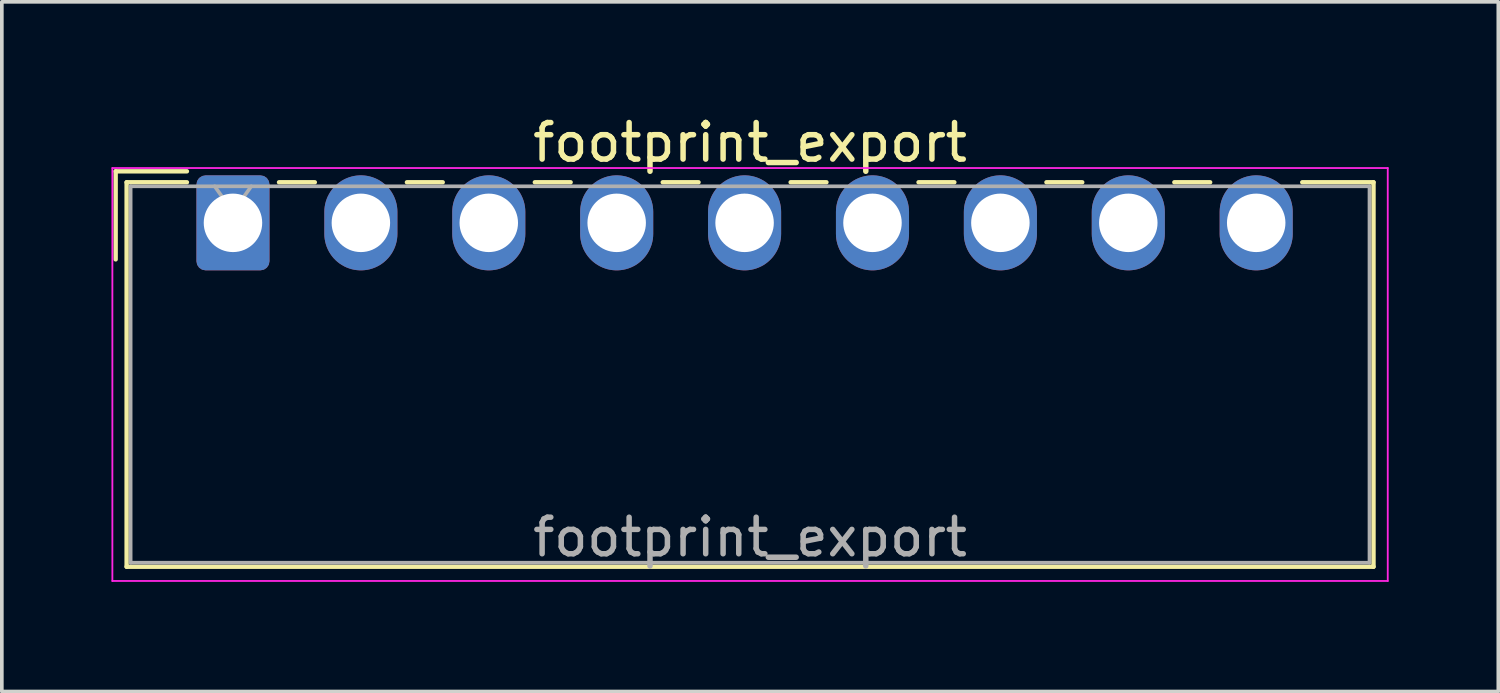
<source format=kicad_pcb>
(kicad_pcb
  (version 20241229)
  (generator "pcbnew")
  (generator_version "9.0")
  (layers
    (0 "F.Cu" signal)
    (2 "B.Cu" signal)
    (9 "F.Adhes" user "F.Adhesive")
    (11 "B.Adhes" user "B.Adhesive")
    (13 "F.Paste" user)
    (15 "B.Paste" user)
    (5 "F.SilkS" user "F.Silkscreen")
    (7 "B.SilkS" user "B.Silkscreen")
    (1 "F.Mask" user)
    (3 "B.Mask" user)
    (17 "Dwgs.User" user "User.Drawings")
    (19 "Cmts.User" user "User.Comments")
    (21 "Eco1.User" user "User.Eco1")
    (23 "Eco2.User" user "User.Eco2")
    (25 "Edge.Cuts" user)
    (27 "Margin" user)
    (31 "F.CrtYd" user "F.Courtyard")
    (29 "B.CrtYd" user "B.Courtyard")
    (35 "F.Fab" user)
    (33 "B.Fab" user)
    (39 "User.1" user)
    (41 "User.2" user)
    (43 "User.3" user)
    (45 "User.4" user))
  (footprint "footprint_export"
    (layer "F.Cu")
    (at 3.325 3.048)
    (property "Reference" "footprint_export" (at 14.15 -2.2 0) (layer "F.SilkS") (effects (font (size 1 1) (thickness 0.15))))
    (attr through_hole)
    (fp_line (start -3.21 -1.41) (end -1.26 -1.41) (stroke (width 0.12) (type solid)) (layer "F.SilkS"))
    (fp_line (start -3.21 1) (end -3.21 -1.41) (stroke (width 0.12) (type solid)) (layer "F.SilkS"))
    (fp_line (start -2.91 -1.11) (end -2.91 9.41) (stroke (width 0.12) (type solid)) (layer "F.SilkS"))
    (fp_line (start -2.91 9.41) (end 31.21 9.41) (stroke (width 0.12) (type solid)) (layer "F.SilkS"))
    (fp_line (start -1.26 -1.11) (end -2.91 -1.11) (stroke (width 0.12) (type solid)) (layer "F.SilkS"))
    (fp_line (start 1.26 -1.11) (end 2.24 -1.11) (stroke (width 0.12) (type solid)) (layer "F.SilkS"))
    (fp_line (start 4.76 -1.11) (end 5.74 -1.11) (stroke (width 0.12) (type solid)) (layer "F.SilkS"))
    (fp_line (start 8.26 -1.11) (end 9.24 -1.11) (stroke (width 0.12) (type solid)) (layer "F.SilkS"))
    (fp_line (start 11.76 -1.11) (end 12.74 -1.11) (stroke (width 0.12) (type solid)) (layer "F.SilkS"))
    (fp_line (start 15.26 -1.11) (end 16.24 -1.11) (stroke (width 0.12) (type solid)) (layer "F.SilkS"))
    (fp_line (start 18.76 -1.11) (end 19.74 -1.11) (stroke (width 0.12) (type solid)) (layer "F.SilkS"))
    (fp_line (start 22.26 -1.11) (end 23.24 -1.11) (stroke (width 0.12) (type solid)) (layer "F.SilkS"))
    (fp_line (start 25.76 -1.11) (end 26.74 -1.11) (stroke (width 0.12) (type solid)) (layer "F.SilkS"))
    (fp_line (start 31.21 -1.11) (end 29.26 -1.11) (stroke (width 0.12) (type solid)) (layer "F.SilkS"))
    (fp_line (start 31.21 9.41) (end 31.21 -1.11) (stroke (width 0.12) (type solid)) (layer "F.SilkS"))
    (fp_line (start -3.3 -1.5) (end -3.3 9.8) (stroke (width 0.05) (type solid)) (layer "F.CrtYd"))
    (fp_line (start -3.3 9.8) (end 31.6 9.8) (stroke (width 0.05) (type solid)) (layer "F.CrtYd"))
    (fp_line (start 31.6 -1.5) (end -3.3 -1.5) (stroke (width 0.05) (type solid)) (layer "F.CrtYd"))
    (fp_line (start 31.6 9.8) (end 31.6 -1.5) (stroke (width 0.05) (type solid)) (layer "F.CrtYd"))
    (fp_line (start -2.8 -1) (end -2.8 9.3) (stroke (width 0.1) (type solid)) (layer "F.Fab"))
    (fp_line (start -2.8 9.3) (end 31.1 9.3) (stroke (width 0.1) (type solid)) (layer "F.Fab"))
    (fp_line (start -0.5 -1) (end 0 -0.293) (stroke (width 0.1) (type solid)) (layer "F.Fab"))
    (fp_line (start 0 -0.293) (end 0.5 -1) (stroke (width 0.1) (type solid)) (layer "F.Fab"))
    (fp_line (start 31.1 -1) (end -2.8 -1) (stroke (width 0.1) (type solid)) (layer "F.Fab"))
    (fp_line (start 31.1 9.3) (end 31.1 -1) (stroke (width 0.1) (type solid)) (layer "F.Fab"))
    (fp_text user "${REFERENCE}" (at 14.15 8.6 0) (layer "F.Fab") (effects (font (size 1 1) (thickness 0.15))))
    (pad "1" thru_hole roundrect (at 0 0) (size 2 2.6) (drill 1.6) (layers "*.Cu" "*.Mask") (roundrect_rratio 0.125))
    (pad "2" thru_hole oval (at 3.5 0) (size 2 2.6) (drill 1.6) (layers "*.Cu" "*.Mask"))
    (pad "3" thru_hole oval (at 7 0) (size 2 2.6) (drill 1.6) (layers "*.Cu" "*.Mask"))
    (pad "4" thru_hole oval (at 10.5 0) (size 2 2.6) (drill 1.6) (layers "*.Cu" "*.Mask"))
    (pad "5" thru_hole oval (at 14 0) (size 2 2.6) (drill 1.6) (layers "*.Cu" "*.Mask"))
    (pad "6" thru_hole oval (at 17.5 0) (size 2 2.6) (drill 1.6) (layers "*.Cu" "*.Mask"))
    (pad "7" thru_hole oval (at 21 0) (size 2 2.6) (drill 1.6) (layers "*.Cu" "*.Mask"))
    (pad "8" thru_hole oval (at 24.5 0) (size 2 2.6) (drill 1.6) (layers "*.Cu" "*.Mask"))
    (pad "9" thru_hole oval (at 28 0) (size 2 2.6) (drill 1.6) (layers "*.Cu" "*.Mask")))
  (gr_rect
    (start -3 -3)
    (end 37.95 15.873)
    (stroke (width 0.1) (type default))
    (fill no)
    (layer "Edge.Cuts")))
</source>
